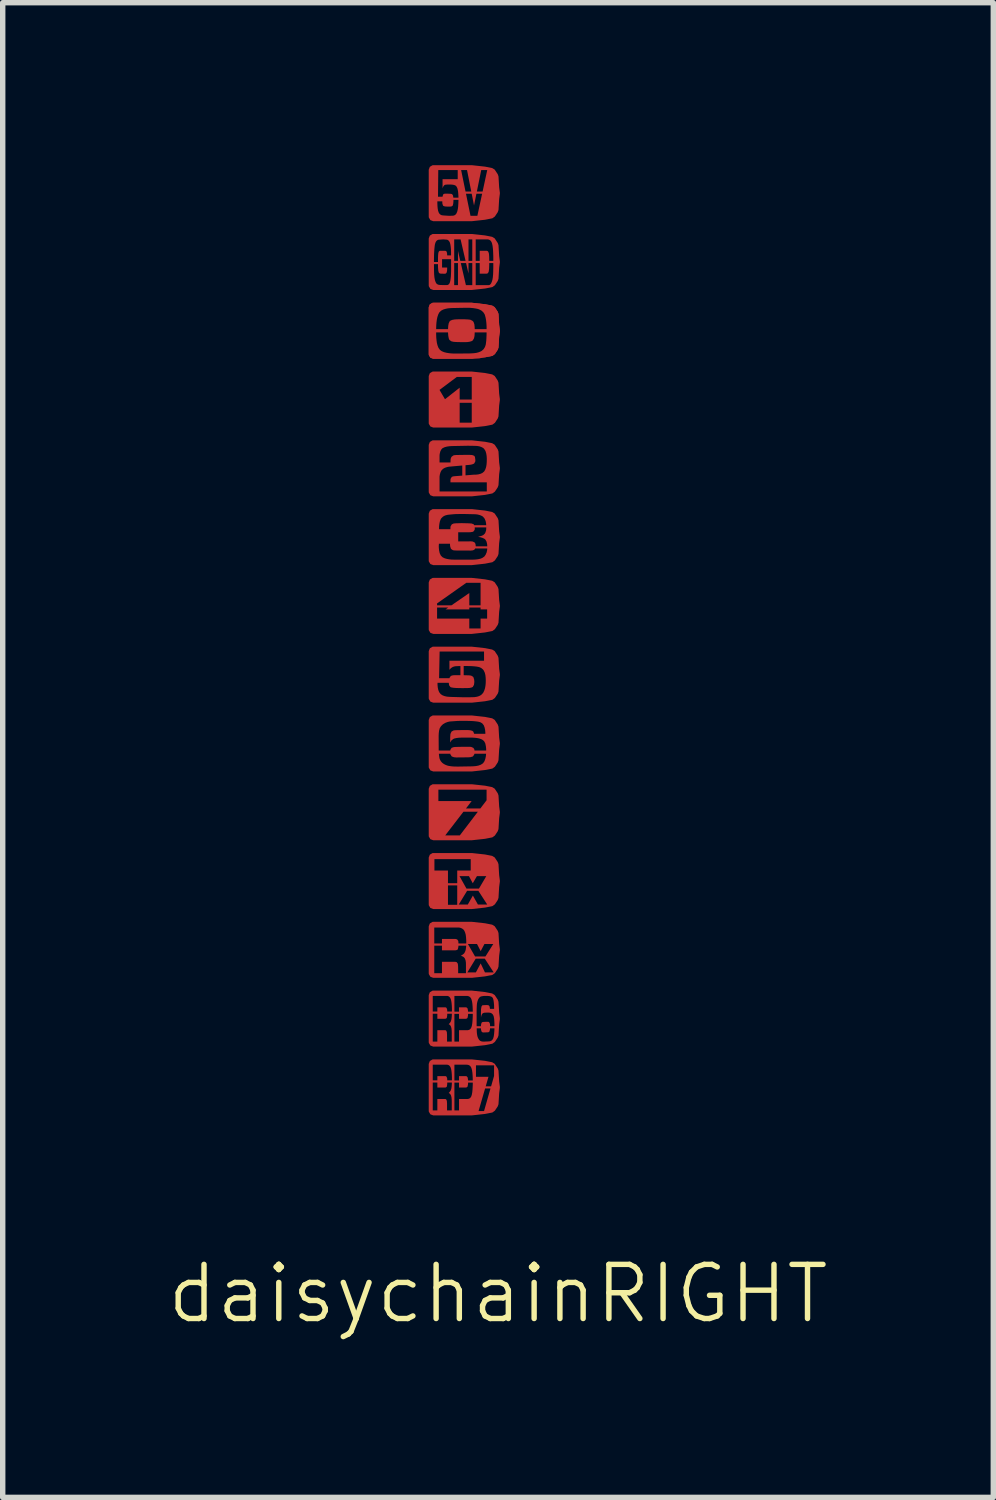
<source format=kicad_pcb>
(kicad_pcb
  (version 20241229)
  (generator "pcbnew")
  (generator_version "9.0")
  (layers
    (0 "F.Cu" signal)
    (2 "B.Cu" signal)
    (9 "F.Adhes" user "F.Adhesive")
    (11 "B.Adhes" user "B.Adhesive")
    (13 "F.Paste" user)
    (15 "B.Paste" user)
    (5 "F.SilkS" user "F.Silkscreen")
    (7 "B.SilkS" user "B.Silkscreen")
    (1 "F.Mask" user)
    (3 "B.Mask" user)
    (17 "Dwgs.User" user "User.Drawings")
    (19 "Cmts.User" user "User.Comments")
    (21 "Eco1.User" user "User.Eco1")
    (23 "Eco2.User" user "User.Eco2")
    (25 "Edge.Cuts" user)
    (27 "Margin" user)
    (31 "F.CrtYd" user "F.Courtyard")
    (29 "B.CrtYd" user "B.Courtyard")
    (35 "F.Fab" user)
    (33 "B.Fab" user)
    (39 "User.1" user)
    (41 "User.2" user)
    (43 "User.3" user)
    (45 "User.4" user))
  (footprint "daisychainRIGHT"
    (layer "F.Cu")
    (at 6.145 0.517)
    (property "Reference" "daisychainRIGHT" (at 0 20.32 0) (unlocked yes) (layer "F.SilkS") (effects (font (size 1 1) (thickness 0.1))))
    (attr smd)
    (pad "1" smd custom (at 0 0 180) (size 0.046 0.046) (layers "F.Cu" "F.Mask") (options (anchor circle)) (primitives (gr_poly (pts (xy 0.023 0.014) (xy 0.022 0.018) (xy 0.02 0.022) (xy 0.016 0.025) (xy 0.011 0.025) (xy -0.011 0.025) (xy -0.016 0.025) (xy -0.02 0.022) (xy -0.022 0.018) (xy -0.023 0.014) (xy -0.023 -0.014) (xy -0.022 -0.018) (xy -0.02 -0.022) (xy -0.016 -0.025) (xy -0.011 -0.025) (xy 0.011 -0.025) (xy 0.016 -0.025) (xy 0.02 -0.022) (xy 0.022 -0.018) (xy 0.023 -0.014)) (width 0) (fill yes)) (gr_poly (pts (xy 0.474 0.506) (xy 0.246 0.481) (xy 0.239 0.48) (xy 0.112 0.455) (xy 0.068 0.428) (xy 0.065 0.423) (xy 0.014 0.346) (xy 0.001 0.309) (xy -0.011 0.109) (xy -0.024 0.009) (xy -0.024 -0.009) (xy -0.011 -0.109) (xy 0.001 -0.309) (xy 0.014 -0.346) (xy 0.065 -0.423) (xy 0.106 -0.453) (xy 0.112 -0.455) (xy 0.239 -0.48) (xy 0.246 -0.481) (xy 0.584 -0.508) (xy 0.31 -0.44) (xy 0.21 -0.35) (xy 0.177 0.373) (xy 0.19 0.44) (xy 0.483 0.507)) (width 0.001) (fill yes)) (gr_poly (pts (xy 0.112 -0.455) (xy 0.483 -0.507) (xy 1.194 -0.507) (xy 1.22 -0.15) (xy 1.12 -0.15) (xy 1.12 -0.188) (xy 1.118 -0.238) (xy 1.114 -0.281) (xy 1.107 -0.322) (xy 1.094 -0.359) (xy 1.079 -0.382) (xy 1.062 -0.396) (xy 1.045 -0.405) (xy 1.025 -0.409) (xy 1.007 -0.411) (xy 0.914 -0.417) (xy 0.876 -0.417) (xy 0.84 -0.416) (xy 0.821 -0.414) (xy 0.801 -0.407) (xy 0.784 -0.395) (xy 0.768 -0.375) (xy 0.754 -0.342) (xy 0.751 -0.333) (xy 0.742 -0.294) (xy 0.736 -0.247) (xy 0.733 -0.2) (xy 0.731 -0.156) (xy 0.73 -0.107) (xy 0.73 -0.1) (xy 0.731 -0.055) (xy 0.734 -0.008) (xy 0.738 0.036) (xy 0.747 0.08) (xy 0.753 0.097) (xy 0.767 0.124) (xy 0.783 0.14) (xy 0.8 0.148) (xy 0.803 0.149) (xy 0.821 0.154) (xy 0.839 0.157) (xy 0.857 0.159) (xy 0.862 0.159) (xy 0.88 0.16) (xy 0.898 0.16) (xy 0.929 0.16) (xy 0.959 0.158) (xy 0.962 0.158) (xy 0.979 0.155) (xy 0.996 0.144) (xy 1.012 0.121) (xy 1.024 0.09) (xy 1.024 0.258) (xy 0.744 0.258) (xy 0.744 0.427) (xy 0.681 0.427) (xy 0.508 -0.417) (xy 0.381 -0.417) (xy 0.199 0.427) (xy 0.31 0.427) (xy 0.443 -0.227) (xy 0.572 0.427) (xy 0.681 0.427) (xy 0.744 0.427) (xy 1.103 0.427) (xy 1.108 -0.065) (xy 1.024 -0.065) (xy 1.023 -0.057) (xy 1.012 -0.022) (xy 0.995 -0.011) (xy 0.993 -0.011) (xy 0.976 -0.009) (xy 0.922 -0.009) (xy 0.868 -0.012) (xy 0.867 -0.012) (xy 0.849 -0.017) (xy 0.833 -0.038) (xy 0.831 -0.045) (xy 0.824 -0.087) (xy 0.823 -0.131) (xy 0.823 -0.144) (xy 0.826 -0.188) (xy 0.835 -0.226) (xy 0.844 -0.236) (xy 0.861 -0.245) (xy 0.879 -0.247) (xy 0.92 -0.248) (xy 0.968 -0.246) (xy 0.973 -0.245) (xy 0.99 -0.242) (xy 1.008 -0.235) (xy 1.015 -0.229) (xy 1.027 -0.194) (xy 1.029 -0.15) (xy 1.12 -0.15) (xy 1.22 -0.15) (xy 1.207 0.506) (xy 0.474 0.506) (xy 0.112 0.455)) (width 0) (fill yes)) (gr_line (start 1.145 -0.103) (end 0.712 -0.103) (width 0.04)) (gr_line (start 0.66 0.01) (end 0.227 0.01) (width 0.04)) (gr_poly (pts (xy 1.119 0.45) (xy 1.15 -0.36) (xy 1.016 -0.507) (xy 1.194 -0.507) (xy 1.242 -0.489) (xy 1.268 -0.445) (xy 1.269 -0.432) (xy 1.269 0.432) (xy 1.26 0.456) (xy 1.251 0.48) (xy 1.207 0.506) (xy 1.194 0.507) (xy 0.91 0.5)) (width 0.001) (fill yes)) (gr_poly (pts (xy 0.474 0.506) (xy 0.246 0.481) (xy 0.239 0.48) (xy 0.112 0.455) (xy 0.068 0.428) (xy 0.065 0.423) (xy 0.014 0.346) (xy 0.001 0.309) (xy -0.011 0.109) (xy -0.024 0.009) (xy -0.024 -0.009) (xy -0.011 -0.109) (xy 0.001 -0.309) (xy 0.014 -0.346) (xy 0.065 -0.423) (xy 0.106 -0.453) (xy 0.112 -0.455) (xy 0.239 -0.48) (xy 0.246 -0.481) (xy 0.474 -0.506) (xy 0.483 -0.507) (xy 1.194 -0.507) (xy 1.242 -0.489) (xy 1.268 -0.445) (xy 1.269 -0.432) (xy 1.269 0.432) (xy 1.251 0.48) (xy 1.207 0.506) (xy 1.194 0.507) (xy 0.483 0.507)) (width 0.02) (fill no))))
    (pad "2" smd custom (at 0 1.27 180) (size 0.046 0.046) (layers "F.Cu" "F.Mask") (options (anchor circle)) (primitives (gr_poly (pts (xy 0.014 -0.346) (xy 0.106 -0.453) (xy 0.474 -0.506) (xy 1.194 -0.507) (xy 1.25 -0.38) (xy 1.25 -0.015) (xy 1.183 -0.015) (xy 1.182 -0.12) (xy 1.182 -0.136) (xy 1.181 -0.183) (xy 1.179 -0.231) (xy 1.175 -0.278) (xy 1.168 -0.32) (xy 1.163 -0.34) (xy 1.153 -0.369) (xy 1.142 -0.391) (xy 1.129 -0.405) (xy 1.119 -0.412) (xy 1.106 -0.418) (xy 1.092 -0.422) (xy 1.078 -0.424) (xy 1.063 -0.425) (xy 1.024 -0.426) (xy 0.98 -0.427) (xy 0.809 -0.427) (xy 0.739 -0.427) (xy 0.739 0.204) (xy 0.593 -0.427) (xy 0.475 -0.427) (xy 0.475 -0.216) (xy 0.412 -0.216) (xy 0.412 -0.427) (xy 0.171 -0.427) (xy 0.169 -0.427) (xy 0.155 -0.424) (xy 0.141 -0.413) (xy 0.128 -0.396) (xy 0.117 -0.371) (xy 0.113 -0.361) (xy 0.103 -0.327) (xy 0.096 -0.286) (xy 0.092 -0.242) (xy 0.091 -0.237) (xy 0.089 -0.19) (xy 0.088 -0.144) (xy 0.087 -0.105) (xy 0.087 -0.06) (xy 0.087 -0.037) (xy 0.087 -0.011) (xy 0.087 0.037) (xy 0.087 0.052) (xy 0.087 0.105) (xy 0.089 0.154) (xy 0.091 0.208) (xy 0.095 0.254) (xy 0.101 0.301) (xy 0.11 0.341) (xy 0.116 0.359) (xy 0.128 0.381) (xy 0.14 0.396) (xy 0.155 0.406) (xy 0.168 0.412) (xy 0.182 0.416) (xy 0.198 0.417) (xy 0.412 0.417) (xy 0.412 -0.216) (xy 0.475 -0.216) (xy 0.475 0.417) (xy 0.545 0.417) (xy 0.545 -0.213) (xy 0.691 0.417) (xy 0.809 0.417) (xy 0.809 -0.427) (xy 0.98 -0.427) (xy 0.942 -0.426) (xy 0.931 -0.425) (xy 0.917 -0.418) (xy 0.902 -0.405) (xy 0.891 -0.384) (xy 0.881 -0.351) (xy 0.875 -0.309) (xy 0.87 -0.264) (xy 0.868 -0.22) (xy 0.866 -0.17) (xy 0.866 -0.123) (xy 0.866 0.051) (xy 1.033 0.051) (xy 1.033 -0.103) (xy 0.939 -0.103) (xy 0.939 -0.125) (xy 0.941 -0.165) (xy 0.95 -0.198) (xy 0.953 -0.203) (xy 0.966 -0.214) (xy 0.979 -0.217) (xy 1.045 -0.216) (xy 1.049 -0.216) (xy 1.062 -0.215) (xy 1.069 -0.213) (xy 1.082 -0.208) (xy 1.093 -0.196) (xy 1.102 -0.164) (xy 1.105 -0.135) (xy 1.108 -0.09) (xy 1.108 -0.044) (xy 1.108 0.028) (xy 1.108 0.034) (xy 1.108 0.079) (xy 1.106 0.124) (xy 1.102 0.166) (xy 1.094 0.19) (xy 1.082 0.204) (xy 1.068 0.207) (xy 0.983 0.206) (xy 0.977 0.206) (xy 0.964 0.204) (xy 0.964 0.204) (xy 0.951 0.195) (xy 0.942 0.168) (xy 0.941 0.165) (xy 0.939 0.122) (xy 0.867 0.122) (xy 0.867 0.137) (xy 0.867 0.185) (xy 0.869 0.236) (xy 0.873 0.28) (xy 0.879 0.321) (xy 0.888 0.356) (xy 0.891 0.363) (xy 0.903 0.384) (xy 0.917 0.399) (xy 0.931 0.408) (xy 0.944 0.412) (xy 0.958 0.413) (xy 1.008 0.417) (xy 1.028 0.416) (xy 1.083 0.412) (xy 1.087 0.412) (xy 1.102 0.41) (xy 1.116 0.405) (xy 1.131 0.394) (xy 1.144 0.379) (xy 1.156 0.355) (xy 1.166 0.319) (xy 1.167 0.313) (xy 1.172 0.271) (xy 1.176 0.229) (xy 1.179 0.178) (xy 1.181 0.133) (xy 1.182 0.083) (xy 1.183 0.029) (xy 1.183 -0.015) (xy 1.25 -0.02) (xy 1.207 0.506) (xy 0.483 0.507) (xy 0.16 0.47) (xy 0.014 0.346)) (width 0) (fill yes)) (gr_line (start 1.25 -0.02) (end 1.09 -0.02) (width 0.04)) (gr_poly (pts (xy 0.023 0.014) (xy 0.022 0.018) (xy 0.02 0.022) (xy 0.016 0.025) (xy 0.011 0.025) (xy -0.011 0.025) (xy -0.016 0.025) (xy -0.02 0.022) (xy -0.022 0.018) (xy -0.023 0.014) (xy -0.023 -0.014) (xy -0.022 -0.018) (xy -0.02 -0.022) (xy -0.016 -0.025) (xy -0.011 -0.025) (xy 0.011 -0.025) (xy 0.016 -0.025) (xy 0.02 -0.022) (xy 0.022 -0.018) (xy 0.023 -0.014)) (width 0) (fill yes)) (gr_poly (pts (xy 0.474 0.506) (xy 0.246 0.481) (xy 0.239 0.48) (xy 0.112 0.455) (xy 0.068 0.428) (xy 0.065 0.423) (xy 0.014 0.346) (xy 0.001 0.309) (xy -0.011 0.109) (xy -0.024 0.009) (xy -0.024 -0.009) (xy -0.011 -0.109) (xy 0.001 -0.309) (xy 0.014 -0.346) (xy 0.065 -0.423) (xy 0.106 -0.453) (xy 0.112 -0.455) (xy 0.239 -0.48) (xy 0.246 -0.481) (xy 0.584 -0.508) (xy 0.13 -0.43) (xy 0.055 -0.299) (xy 0.08 0.37) (xy 0.19 0.45) (xy 0.483 0.507)) (width 0.001) (fill yes)) (gr_line (start 0.83 0) (end 0.023 0) (width 0.04)) (gr_poly (pts (xy 0.212 0.206) (xy 0.206 0.206) (xy 0.193 0.202) (xy 0.181 0.191) (xy 0.17 0.164) (xy 0.166 0.142) (xy 0.163 0.097) (xy 0.162 0.049) (xy 0.162 0.000108) (xy 0.162 -0.007) (xy 0.162 -0.037) (xy 0.163 -0.082) (xy 0.165 -0.129) (xy 0.171 -0.173) (xy 0.175 -0.187) (xy 0.187 -0.206) (xy 0.2 -0.214) (xy 0.214 -0.216) (xy 0.338 -0.216) (xy 0.338 0.206)) (width 0) (fill yes)) (gr_poly (pts (xy 1.2 0.43) (xy 1.21 -0.4) (xy 1.016 -0.507) (xy 1.194 -0.507) (xy 1.242 -0.489) (xy 1.268 -0.445) (xy 1.269 -0.432) (xy 1.269 0.432) (xy 1.26 0.456) (xy 1.251 0.48) (xy 1.207 0.506) (xy 1.194 0.507) (xy 1.016 0.508)) (width 0.001) (fill yes)) (gr_poly (pts (xy 0.474 0.506) (xy 0.246 0.481) (xy 0.239 0.48) (xy 0.112 0.455) (xy 0.068 0.428) (xy 0.065 0.423) (xy 0.014 0.346) (xy 0.001 0.309) (xy -0.011 0.109) (xy -0.024 0.009) (xy -0.024 -0.009) (xy -0.011 -0.109) (xy 0.001 -0.309) (xy 0.014 -0.346) (xy 0.065 -0.423) (xy 0.106 -0.453) (xy 0.112 -0.455) (xy 0.239 -0.48) (xy 0.246 -0.481) (xy 0.474 -0.506) (xy 0.483 -0.507) (xy 1.194 -0.507) (xy 1.242 -0.489) (xy 1.268 -0.445) (xy 1.269 -0.432) (xy 1.269 0.432) (xy 1.251 0.48) (xy 1.207 0.506) (xy 1.194 0.507) (xy 0.483 0.507)) (width 0.02) (fill no))))
    (pad "3" smd custom (at 0 2.54 180) (size 0.046 0.046) (layers "F.Cu" "F.Mask") (options (anchor circle)) (primitives (gr_poly (pts (xy 0.474 0.506) (xy 0.246 0.481) (xy 0.239 0.48) (xy 0.112 0.455) (xy 0.068 0.428) (xy 0.065 0.423) (xy 0.014 0.346) (xy 0.001 0.309) (xy -0.011 0.109) (xy -0.024 0.009) (xy -0.024 -0.009) (xy -0.011 -0.109) (xy 0.001 -0.309) (xy 0.014 -0.346) (xy 0.065 -0.423) (xy 0.106 -0.453) (xy 0.112 -0.455) (xy 0.239 -0.48) (xy 0.246 -0.481) (xy 0.474 -0.506) (xy 0.483 -0.507) (xy 1.194 -0.507) (xy 1.242 -0.489) (xy 1.268 -0.445) (xy 1.269 -0.432) (xy 1.269 0.432) (xy 1.251 0.48) (xy 1.207 0.506) (xy 1.194 0.507) (xy 0.483 0.507)) (width 0.02) (fill no)) (gr_poly (pts (xy 0.023 0.014) (xy 0.022 0.018) (xy 0.02 0.022) (xy 0.016 0.025) (xy 0.011 0.025) (xy -0.011 0.025) (xy -0.016 0.025) (xy -0.02 0.022) (xy -0.022 0.018) (xy -0.023 0.014) (xy -0.023 -0.014) (xy -0.022 -0.018) (xy -0.02 -0.022) (xy -0.016 -0.025) (xy -0.011 -0.025) (xy 0.011 -0.025) (xy 0.016 -0.025) (xy 0.02 -0.022) (xy 0.022 -0.018) (xy 0.023 -0.014)) (width 0) (fill yes))))
    (pad "3" smd custom (at 0 2.54) (size 0.046 0.046) (layers "F.Cu" "F.Mask") (options (anchor circle)) (primitives (gr_poly (pts (xy -0.023 -0.014) (xy -0.022 -0.018) (xy -0.02 -0.022) (xy -0.016 -0.025) (xy -0.011 -0.025) (xy 0.011 -0.025) (xy 0.016 -0.025) (xy 0.02 -0.022) (xy 0.022 -0.018) (xy 0.023 -0.014) (xy 0.023 0.014) (xy 0.022 0.018) (xy 0.02 0.022) (xy 0.016 0.025) (xy 0.011 0.025) (xy -0.011 0.025) (xy -0.016 0.025) (xy -0.02 0.022) (xy -0.022 0.018) (xy -0.023 0.014)) (width 0) (fill yes)) (gr_poly (pts (xy -0.474 -0.506) (xy -0.246 -0.481) (xy -0.239 -0.48) (xy -0.112 -0.455) (xy -0.068 -0.428) (xy -0.065 -0.423) (xy -0.014 -0.346) (xy -0.001 -0.309) (xy 0.011 -0.109) (xy 0.024 -0.009) (xy 0.024 0.009) (xy 0.011 0.109) (xy -0.001 0.309) (xy -0.014 0.346) (xy -0.065 0.423) (xy -0.106 0.453) (xy -0.112 0.455) (xy -0.239 0.48) (xy -0.246 0.481) (xy -0.584 0.508) (xy -0.28 0.42) (xy -0.165 0.269) (xy -0.165 -0.264) (xy -0.22 -0.38) (xy -0.483 -0.507)) (width 0.001) (fill yes)) (gr_poly (pts (xy -0.094 0.449) (xy -0.346 0.511) (xy -0.887 0.511) (xy -1.249 0.459) (xy -1.242 -0.005) (xy -1.142 -0.005) (xy -1.142 0.042) (xy -1.142 0.072) (xy -1.14 0.127) (xy -1.135 0.177) (xy -1.129 0.222) (xy -1.117 0.27) (xy -1.099 0.316) (xy -1.071 0.354) (xy -1.039 0.377) (xy -0.996 0.395) (xy -0.953 0.406) (xy -0.912 0.413) (xy -0.867 0.418) (xy -0.817 0.421) (xy -0.776 0.421) (xy -0.541 0.419) (xy -0.531 0.419) (xy -0.485 0.417) (xy -0.443 0.414) (xy -0.398 0.408) (xy -0.354 0.396) (xy -0.314 0.379) (xy -0.297 0.368) (xy -0.266 0.34) (xy -0.241 0.3) (xy -0.227 0.259) (xy -0.223 0.231) (xy -0.217 0.184) (xy -0.214 0.136) (xy -0.212 0.09) (xy -0.211 0.04) (xy -0.211 -0.005) (xy -0.211 -0.029) (xy -0.211 -0.075) (xy -0.213 -0.12) (xy -0.217 -0.165) (xy -0.22 -0.191) (xy -0.228 -0.237) (xy -0.239 -0.28) (xy -0.247 -0.304) (xy -0.271 -0.341) (xy -0.301 -0.369) (xy -0.332 -0.387) (xy -0.369 -0.402) (xy -0.41 -0.411) (xy -0.418 -0.412) (xy -0.457 -0.418) (xy -0.499 -0.422) (xy -0.506 -0.423) (xy -0.546 -0.424) (xy -0.588 -0.424) (xy -0.675 -0.423) (xy -0.819 -0.42) (xy -0.832 -0.42) (xy -0.88 -0.418) (xy -0.924 -0.414) (xy -0.972 -0.404) (xy -1.013 -0.391) (xy -1.052 -0.37) (xy -1.085 -0.337) (xy -1.104 -0.3) (xy -1.12 -0.251) (xy -1.13 -0.202) (xy -1.136 -0.156) (xy -1.14 -0.106) (xy -1.142 -0.05) (xy -1.142 -0.013) (xy -1.142 -0.005) (xy -1.242 -0.005) (xy -1.182 -0.466) (xy -0.887 -0.502) (xy -0.346 -0.504) (xy -0.102 -0.452)) (width 0) (fill yes)) (gr_line (start -0.203 0) (end -1.143 0) (width 0.06)) (gr_poly (pts (xy -0.62 -0.212) (xy -0.582 -0.21) (xy -0.559 -0.209) (xy -0.52 -0.205) (xy -0.504 -0.201) (xy -0.468 -0.181) (xy -0.452 -0.163) (xy -0.437 -0.121) (xy -0.432 -0.076) (xy -0.43 -0.03) (xy -0.43 -0.016) (xy -0.43 0.001) (xy -0.43 0.019) (xy -0.431 0.049) (xy -0.434 0.096) (xy -0.444 0.141) (xy -0.467 0.179) (xy -0.486 0.191) (xy -0.526 0.203) (xy -0.567 0.209) (xy -0.612 0.21) (xy -0.673 0.21) (xy -0.762 0.208) (xy -0.782 0.207) (xy -0.822 0.204) (xy -0.863 0.194) (xy -0.898 0.168) (xy -0.909 0.142) (xy -0.918 0.096) (xy -0.922 0.046) (xy -0.923 0.002) (xy -0.923 -0.013) (xy -0.922 -0.044) (xy -0.919 -0.092) (xy -0.91 -0.139) (xy -0.891 -0.178) (xy -0.887 -0.182) (xy -0.848 -0.2) (xy -0.805 -0.208) (xy -0.765 -0.211) (xy -0.726 -0.212)) (width 0) (fill yes)) (gr_poly (pts (xy -1.18 -0.35) (xy -1.16 0.33) (xy -0.98 0.5) (xy -1.194 0.507) (xy -1.242 0.489) (xy -1.268 0.445) (xy -1.269 0.432) (xy -1.269 -0.432) (xy -1.26 -0.456) (xy -1.251 -0.48) (xy -1.207 -0.506) (xy -1.194 -0.507) (xy -0.887 -0.502)) (width 0.001) (fill yes)) (gr_poly (pts (xy -0.474 -0.506) (xy -0.246 -0.481) (xy -0.239 -0.48) (xy -0.112 -0.455) (xy -0.068 -0.428) (xy -0.065 -0.423) (xy -0.014 -0.346) (xy -0.001 -0.309) (xy 0.011 -0.109) (xy 0.024 -0.009) (xy 0.024 0.009) (xy 0.011 0.109) (xy -0.001 0.309) (xy -0.014 0.346) (xy -0.065 0.423) (xy -0.106 0.453) (xy -0.112 0.455) (xy -0.239 0.48) (xy -0.246 0.481) (xy -0.474 0.506) (xy -0.483 0.507) (xy -1.194 0.507) (xy -1.242 0.489) (xy -1.268 0.445) (xy -1.269 0.432) (xy -1.269 -0.432) (xy -1.251 -0.48) (xy -1.207 -0.506) (xy -1.194 -0.507) (xy -0.483 -0.507)) (width 0.02) (fill no))))
    (pad "4" smd custom (at 0 3.81 180) (size 0.046 0.046) (layers "F.Cu" "F.Mask") (options (anchor circle)) (primitives (gr_poly (pts (xy 0.474 0.506) (xy 0.246 0.481) (xy 0.239 0.48) (xy 0.112 0.455) (xy 0.068 0.428) (xy 0.065 0.423) (xy 0.014 0.346) (xy 0.001 0.309) (xy -0.011 0.109) (xy -0.024 0.009) (xy -0.024 -0.009) (xy -0.011 -0.109) (xy 0.001 -0.309) (xy 0.014 -0.346) (xy 0.065 -0.423) (xy 0.106 -0.453) (xy 0.112 -0.455) (xy 0.239 -0.48) (xy 0.246 -0.481) (xy 0.474 -0.506) (xy 0.41 -0.269) (xy 0.41 0.264) (xy 0.406 0.406) (xy 0.483 0.507)) (width 0.001) (fill yes)) (gr_poly (pts (xy 0.31 0.43) (xy 0.246 -0.481) (xy 0.474 -0.506) (xy 1.194 -0.507) (xy 1.18 0.178) (xy 1.08 0.178) (xy 0.979 0.006) (xy 0.708 0.219) (xy 0.708 -0.427) (xy 0.485 -0.427) (xy 0.485 0.417) (xy 0.761 0.417) (xy 1.08 0.178) (xy 1.18 0.178) (xy 1.194 0.507) (xy 0.474 0.506)) (width 0) (fill yes)) (gr_line (start 0.82 -0.03) (end 0.22 -0.03) (width 0.06)) (gr_poly (pts (xy 1.1 0.2) (xy 1.016 -0.507) (xy 1.194 -0.507) (xy 1.242 -0.489) (xy 1.268 -0.445) (xy 1.269 -0.432) (xy 1.269 0.432) (xy 1.26 0.456) (xy 1.251 0.48) (xy 1.207 0.506) (xy 1.194 0.507) (xy 1.016 0.508)) (width 0.001) (fill yes)) (gr_poly (pts (xy 0.474 0.506) (xy 0.246 0.481) (xy 0.239 0.48) (xy 0.112 0.455) (xy 0.068 0.428) (xy 0.065 0.423) (xy 0.014 0.346) (xy 0.001 0.309) (xy -0.011 0.109) (xy -0.024 0.009) (xy -0.024 -0.009) (xy -0.011 -0.109) (xy 0.001 -0.309) (xy 0.014 -0.346) (xy 0.065 -0.423) (xy 0.106 -0.453) (xy 0.112 -0.455) (xy 0.239 -0.48) (xy 0.246 -0.481) (xy 0.474 -0.506) (xy 0.483 -0.507) (xy 1.194 -0.507) (xy 1.242 -0.489) (xy 1.268 -0.445) (xy 1.269 -0.432) (xy 1.269 0.432) (xy 1.251 0.48) (xy 1.207 0.506) (xy 1.194 0.507) (xy 0.483 0.507)) (width 0.02) (fill no)) (gr_poly (pts (xy 0.023 0.014) (xy 0.022 0.018) (xy 0.02 0.022) (xy 0.016 0.025) (xy 0.011 0.025) (xy -0.011 0.025) (xy -0.016 0.025) (xy -0.02 0.022) (xy -0.022 0.018) (xy -0.023 0.014) (xy -0.023 -0.014) (xy -0.022 -0.018) (xy -0.02 -0.022) (xy -0.016 -0.025) (xy -0.011 -0.025) (xy 0.011 -0.025) (xy 0.016 -0.025) (xy 0.02 -0.022) (xy 0.022 -0.018) (xy 0.023 -0.014)) (width 0) (fill yes))))
    (pad "5" smd custom (at 0 5.08 180) (size 0.046 0.046) (layers "F.Cu" "F.Mask") (options (anchor circle)) (primitives (gr_poly (pts (xy 0.474 0.506) (xy 0.246 0.481) (xy 0.239 0.48) (xy 0.112 0.455) (xy 0.068 0.428) (xy 0.065 0.423) (xy 0.014 0.346) (xy 0.001 0.309) (xy -0.011 0.109) (xy -0.024 0.009) (xy -0.024 -0.009) (xy -0.011 -0.109) (xy 0.001 -0.309) (xy 0.014 -0.346) (xy 0.065 -0.423) (xy 0.106 -0.453) (xy 0.112 -0.455) (xy 0.239 -0.48) (xy 0.246 -0.481) (xy 0.474 -0.506) (xy 0.33 -0.45) (xy 0.16 -0.43) (xy 0.18 0.254) (xy 0.23 0.39) (xy 0.483 0.507)) (width 0.001) (fill yes)) (gr_poly (pts (xy 0.474 0.506) (xy 0.246 0.481) (xy 0.239 0.48) (xy 0.112 0.455) (xy 0.068 0.428) (xy 0.065 0.423) (xy 0.014 0.346) (xy 0.001 0.309) (xy -0.011 0.109) (xy -0.024 0.009) (xy -0.024 -0.009) (xy -0.011 -0.109) (xy 0.001 -0.309) (xy 0.014 -0.346) (xy 0.065 -0.423) (xy 0.106 -0.453) (xy 0.112 -0.455) (xy 0.239 -0.48) (xy 0.246 -0.481) (xy 0.474 -0.506) (xy 0.483 -0.507) (xy 1.194 -0.507) (xy 1.242 -0.489) (xy 1.268 -0.445) (xy 1.269 -0.432) (xy 1.269 0.432) (xy 1.251 0.48) (xy 1.207 0.506) (xy 1.194 0.507) (xy 0.483 0.507)) (width 0.02) (fill no)) (gr_poly (pts (xy 1.08 0.44) (xy 1.08 -0.47) (xy 1.016 -0.507) (xy 1.194 -0.507) (xy 1.242 -0.489) (xy 1.268 -0.445) (xy 1.269 -0.432) (xy 1.269 0.432) (xy 1.26 0.456) (xy 1.251 0.48) (xy 1.207 0.506) (xy 1.194 0.507) (xy 1.016 0.508)) (width 0.001) (fill yes)) (gr_poly (pts (xy 0.023 0.014) (xy 0.022 0.018) (xy 0.02 0.022) (xy 0.016 0.025) (xy 0.011 0.025) (xy -0.011 0.025) (xy -0.016 0.025) (xy -0.02 0.022) (xy -0.022 0.018) (xy -0.023 0.014) (xy -0.023 -0.014) (xy -0.022 -0.018) (xy -0.02 -0.022) (xy -0.016 -0.025) (xy -0.011 -0.025) (xy 0.011 -0.025) (xy 0.016 -0.025) (xy 0.02 -0.022) (xy 0.022 -0.018) (xy 0.023 -0.014)) (width 0) (fill yes)) (gr_poly (pts (xy 0.112 -0.455) (xy 0.474 -0.506) (xy 1.194 -0.507) (xy 1.184 0.167) (xy 1.084 0.167) (xy 1.082 0.108) (xy 0.877 0.108) (xy 0.877 0.137) (xy 0.874 0.176) (xy 0.86 0.211) (xy 0.859 0.212) (xy 0.826 0.237) (xy 0.811 0.242) (xy 0.771 0.246) (xy 0.639 0.248) (xy 0.522 0.248) (xy 0.519 0.248) (xy 0.479 0.246) (xy 0.44 0.232) (xy 0.426 0.211) (xy 0.42 0.167) (xy 0.418 0.149) (xy 0.42 0.126) (xy 0.441 0.088) (xy 0.477 0.073) (xy 0.517 0.065) (xy 0.909 0.03) (xy 0.938 0.024) (xy 0.979 0.011) (xy 1.016 -0.01) (xy 1.045 -0.04) (xy 1.061 -0.071) (xy 1.074 -0.115) (xy 1.081 -0.162) (xy 1.082 -0.21) (xy 1.082 -0.427) (xy 0.207 -0.427) (xy 0.207 -0.258) (xy 0.878 -0.258) (xy 0.878 -0.221) (xy 0.876 -0.195) (xy 0.853 -0.157) (xy 0.824 -0.148) (xy 0.785 -0.144) (xy 0.628 -0.132) (xy 0.443 -0.117) (xy 0.409 -0.117) (xy 0.365 -0.112) (xy 0.326 -0.102) (xy 0.289 -0.086) (xy 0.255 -0.057) (xy 0.234 -0.02) (xy 0.22 0.022) (xy 0.212 0.066) (xy 0.208 0.117) (xy 0.207 0.164) (xy 0.207 0.182) (xy 0.21 0.229) (xy 0.218 0.277) (xy 0.232 0.322) (xy 0.257 0.36) (xy 0.274 0.376) (xy 0.31 0.395) (xy 0.348 0.407) (xy 0.387 0.413) (xy 0.432 0.415) (xy 0.557 0.417) (xy 0.808 0.412) (xy 0.855 0.411) (xy 0.897 0.408) (xy 0.941 0.402) (xy 0.983 0.391) (xy 1.024 0.372) (xy 1.044 0.352) (xy 1.065 0.313) (xy 1.077 0.265) (xy 1.082 0.215) (xy 1.084 0.167) (xy 1.184 0.167) (xy 1.194 0.507) (xy 0.483 0.507) (xy 0.112 0.455)) (width 0) (fill yes)) (gr_line (start 0.63 0.065) (end 0.63 -0.145) (width 0.06))))
    (pad "6" smd custom (at 0 6.35 180) (size 0.046 0.046) (layers "F.Cu" "F.Mask") (options (anchor circle)) (primitives (gr_poly (pts (xy 0.023 0.014) (xy 0.022 0.018) (xy 0.02 0.022) (xy 0.016 0.025) (xy 0.011 0.025) (xy -0.011 0.025) (xy -0.016 0.025) (xy -0.02 0.022) (xy -0.022 0.018) (xy -0.023 0.014) (xy -0.023 -0.014) (xy -0.022 -0.018) (xy -0.02 -0.022) (xy -0.016 -0.025) (xy -0.011 -0.025) (xy 0.011 -0.025) (xy 0.016 -0.025) (xy 0.02 -0.022) (xy 0.022 -0.018) (xy 0.023 -0.014)) (width 0) (fill yes)) (gr_poly (pts (xy 0.474 0.506) (xy 0.246 0.481) (xy 0.239 0.48) (xy 0.112 0.455) (xy 0.068 0.428) (xy 0.065 0.423) (xy 0.014 0.346) (xy 0.001 0.309) (xy -0.011 0.109) (xy -0.024 0.009) (xy -0.024 -0.009) (xy -0.011 -0.109) (xy 0.001 -0.309) (xy 0.014 -0.346) (xy 0.065 -0.423) (xy 0.106 -0.453) (xy 0.112 -0.455) (xy 0.239 -0.48) (xy 0.246 -0.481) (xy 0.474 -0.506) (xy 0.483 -0.507) (xy 1.194 -0.507) (xy 1.242 -0.489) (xy 1.268 -0.445) (xy 1.269 -0.432) (xy 1.269 0.432) (xy 1.251 0.48) (xy 1.207 0.506) (xy 1.194 0.507) (xy 0.483 0.507)) (width 0.02) (fill no)) (gr_poly (pts (xy 0.106 -0.453) (xy 0.483 -0.507) (xy 1.194 -0.507) (xy 1.194 -0.167) (xy 1.094 -0.167) (xy 1.093 -0.195) (xy 1.088 -0.246) (xy 1.077 -0.296) (xy 1.056 -0.34) (xy 1.026 -0.37) (xy 1.022 -0.373) (xy 0.982 -0.392) (xy 0.938 -0.404) (xy 0.895 -0.411) (xy 0.855 -0.415) (xy 0.81 -0.416) (xy 0.667 -0.417) (xy 0.49 -0.417) (xy 0.457 -0.416) (xy 0.417 -0.414) (xy 0.372 -0.409) (xy 0.326 -0.399) (xy 0.289 -0.384) (xy 0.253 -0.359) (xy 0.229 -0.326) (xy 0.21 -0.282) (xy 0.2 -0.236) (xy 0.198 -0.19) (xy 0.198 -0.177) (xy 0.201 -0.13) (xy 0.212 -0.083) (xy 0.234 -0.045) (xy 0.252 -0.03) (xy 0.289 -0.013) (xy 0.327 -0.002) (xy 0.367 0.004) (xy 0.337 0.014) (xy 0.297 0.026) (xy 0.272 0.038) (xy 0.241 0.068) (xy 0.235 0.079) (xy 0.221 0.121) (xy 0.218 0.143) (xy 0.217 0.189) (xy 0.217 0.206) (xy 0.22 0.252) (xy 0.229 0.298) (xy 0.247 0.341) (xy 0.275 0.375) (xy 0.294 0.389) (xy 0.333 0.406) (xy 0.374 0.417) (xy 0.414 0.422) (xy 0.46 0.423) (xy 0.633 0.427) (xy 0.664 0.427) (xy 0.696 0.427) (xy 0.736 0.426) (xy 0.775 0.425) (xy 0.787 0.425) (xy 0.826 0.422) (xy 0.868 0.418) (xy 0.911 0.414) (xy 0.938 0.41) (xy 0.978 0.399) (xy 1.015 0.379) (xy 1.046 0.349) (xy 1.059 0.329) (xy 1.074 0.288) (xy 1.083 0.243) (xy 1.088 0.198) (xy 1.089 0.146) (xy 0.878 0.146) (xy 0.879 0.167) (xy 0.876 0.198) (xy 0.853 0.236) (xy 0.82 0.251) (xy 0.779 0.255) (xy 0.672 0.258) (xy 0.547 0.255) (xy 0.537 0.255) (xy 0.529 0.254) (xy 0.487 0.251) (xy 0.449 0.237) (xy 0.433 0.206) (xy 0.429 0.162) (xy 0.431 0.134) (xy 0.457 0.101) (xy 0.465 0.098) (xy 0.505 0.091) (xy 0.545 0.089) (xy 0.584 0.089) (xy 0.735 0.089) (xy 0.735 -0.079) (xy 0.556 -0.079) (xy 0.501 -0.078) (xy 0.469 -0.081) (xy 0.432 -0.098) (xy 0.416 -0.125) (xy 0.411 -0.169) (xy 0.413 -0.196) (xy 0.437 -0.233) (xy 0.467 -0.245) (xy 0.507 -0.249) (xy 0.533 -0.248) (xy 0.658 -0.248) (xy 0.788 -0.247) (xy 0.792 -0.247) (xy 0.832 -0.242) (xy 0.866 -0.219) (xy 0.871 -0.211) (xy 0.884 -0.168) (xy 0.887 -0.122) (xy 1.091 -0.122) (xy 1.094 -0.167) (xy 1.194 -0.167) (xy 1.194 0.507) (xy 0.474 0.506) (xy 0.112 0.455)) (width 0) (fill yes)) (gr_poly (pts (xy 1.11 0.44) (xy 1.11 -0.47) (xy 1.016 -0.507) (xy 1.194 -0.507) (xy 1.242 -0.489) (xy 1.268 -0.445) (xy 1.269 -0.432) (xy 1.269 0.432) (xy 1.26 0.456) (xy 1.251 0.48) (xy 1.207 0.506) (xy 1.194 0.507) (xy 1.016 0.508)) (width 0.001) (fill yes)) (gr_line (start 0.5 -0.19) (end 0.14 -0.19) (width 0.04)) (gr_line (start 0.52 0.2) (end 0.16 0.2) (width 0.04)) (gr_poly (pts (xy 0.474 0.506) (xy 0.246 0.481) (xy 0.239 0.48) (xy 0.112 0.455) (xy 0.068 0.428) (xy 0.065 0.423) (xy 0.014 0.346) (xy 0.001 0.309) (xy -0.011 0.109) (xy -0.024 0.009) (xy -0.024 -0.009) (xy -0.011 -0.109) (xy 0.001 -0.309) (xy 0.014 -0.346) (xy 0.065 -0.423) (xy 0.106 -0.453) (xy 0.112 -0.455) (xy 0.239 -0.48) (xy 0.246 -0.481) (xy 0.474 -0.506) (xy 0.33 -0.45) (xy 0.17 -0.279) (xy 0.17 0.254) (xy 0.27 0.42) (xy 0.483 0.507)) (width 0.001) (fill yes))))
    (pad "7" smd custom (at 0 7.62 180) (size 0.046 0.046) (layers "F.Cu" "F.Mask") (options (anchor circle)) (primitives (gr_poly (pts (xy 0.023 0.014) (xy 0.022 0.018) (xy 0.02 0.022) (xy 0.016 0.025) (xy 0.011 0.025) (xy -0.011 0.025) (xy -0.016 0.025) (xy -0.02 0.022) (xy -0.022 0.018) (xy -0.023 0.014) (xy -0.023 -0.014) (xy -0.022 -0.018) (xy -0.02 -0.022) (xy -0.016 -0.025) (xy -0.011 -0.025) (xy 0.011 -0.025) (xy 0.016 -0.025) (xy 0.02 -0.022) (xy 0.022 -0.018) (xy 0.023 -0.014)) (width 0) (fill yes)) (gr_poly (pts (xy 0.474 0.506) (xy 0.246 0.481) (xy 0.239 0.48) (xy 0.112 0.455) (xy 0.068 0.428) (xy 0.065 0.423) (xy 0.014 0.346) (xy 0.001 0.309) (xy -0.011 0.109) (xy -0.024 0.009) (xy -0.024 -0.009) (xy -0.011 -0.109) (xy 0.001 -0.309) (xy 0.014 -0.346) (xy 0.065 -0.423) (xy 0.106 -0.453) (xy 0.112 -0.455) (xy 0.239 -0.48) (xy 0.246 -0.481) (xy 0.474 -0.506) (xy 0.483 -0.507) (xy 1.194 -0.507) (xy 1.242 -0.489) (xy 1.268 -0.445) (xy 1.269 -0.432) (xy 1.269 0.432) (xy 1.251 0.48) (xy 1.207 0.506) (xy 1.194 0.507) (xy 0.483 0.507)) (width 0.02) (fill no)) (gr_poly (pts (xy 0.112 -0.455) (xy 0.474 -0.506) (xy 1.194 -0.507) (xy 1.225 0.046) (xy 1.125 0.046) (xy 1.125 -0.065) (xy 1.125 -0.234) (xy 0.53 -0.234) (xy 0.53 -0.417) (xy 0.322 -0.417) (xy 0.322 -0.234) (xy 0.201 -0.234) (xy 0.201 -0.065) (xy 0.322 -0.065) (xy 0.322 0.427) (xy 0.585 0.427) (xy 1.125 0.046) (xy 1.225 0.046) (xy 1.194 0.507) (xy 0.483 0.507) (xy 0.112 0.455)) (width 0) (fill yes)) (gr_line (start 0.312 -0.01) (end 1.127 -0.01) (width 0.04)) (gr_poly (pts (xy 0.53 -0.065) (xy 0.969 -0.065) (xy 0.53 0.238)) (width 0) (fill yes)) (gr_poly (pts (xy 1.13 0.44) (xy 1.13 -0.47) (xy 1.016 -0.507) (xy 1.194 -0.507) (xy 1.242 -0.489) (xy 1.268 -0.445) (xy 1.269 -0.432) (xy 1.269 0.432) (xy 1.26 0.456) (xy 1.251 0.48) (xy 1.207 0.506) (xy 1.194 0.507) (xy 1.016 0.508)) (width 0.001) (fill yes)) (gr_poly (pts (xy 0.474 0.506) (xy 0.246 0.481) (xy 0.239 0.48) (xy 0.112 0.455) (xy 0.068 0.428) (xy 0.065 0.423) (xy 0.014 0.346) (xy 0.001 0.309) (xy -0.011 0.109) (xy -0.024 0.009) (xy -0.024 -0.009) (xy -0.011 -0.109) (xy 0.001 -0.309) (xy 0.014 -0.346) (xy 0.065 -0.423) (xy 0.106 -0.453) (xy 0.112 -0.455) (xy 0.239 -0.48) (xy 0.246 -0.481) (xy 0.474 -0.506) (xy 0.33 -0.45) (xy 0.18 -0.29) (xy 0.18 -0.02) (xy 0.29 0.36) (xy 0.322 0.427) (xy 0.483 0.507)) (width 0.001) (fill yes))))
    (pad "8" smd custom (at 0 8.89 180) (size 0.046 0.046) (layers "F.Cu" "F.Mask") (options (anchor circle)) (primitives (gr_poly (pts (xy 0.023 0.014) (xy 0.022 0.018) (xy 0.02 0.022) (xy 0.016 0.025) (xy 0.011 0.025) (xy -0.011 0.025) (xy -0.016 0.025) (xy -0.02 0.022) (xy -0.022 0.018) (xy -0.023 0.014) (xy -0.023 -0.014) (xy -0.022 -0.018) (xy -0.02 -0.022) (xy -0.016 -0.025) (xy -0.011 -0.025) (xy 0.011 -0.025) (xy 0.016 -0.025) (xy 0.02 -0.022) (xy 0.022 -0.018) (xy 0.023 -0.014)) (width 0) (fill yes)) (gr_poly (pts (xy 0.474 0.506) (xy 0.246 0.481) (xy 0.239 0.48) (xy 0.112 0.455) (xy 0.068 0.428) (xy 0.065 0.423) (xy 0.014 0.346) (xy 0.001 0.309) (xy -0.011 0.109) (xy -0.024 0.009) (xy -0.024 -0.009) (xy -0.011 -0.109) (xy 0.001 -0.309) (xy 0.014 -0.346) (xy 0.065 -0.423) (xy 0.106 -0.453) (xy 0.112 -0.455) (xy 0.239 -0.48) (xy 0.246 -0.481) (xy 0.474 -0.506) (xy 0.483 -0.507) (xy 1.194 -0.507) (xy 1.242 -0.489) (xy 1.268 -0.445) (xy 1.269 -0.432) (xy 1.269 0.432) (xy 1.251 0.48) (xy 1.207 0.506) (xy 1.194 0.507) (xy 0.483 0.507)) (width 0.02) (fill no)) (gr_poly (pts (xy 1.16 0.44) (xy 1.17 -0.37) (xy 1.016 -0.507) (xy 1.194 -0.507) (xy 1.242 -0.489) (xy 1.268 -0.445) (xy 1.269 -0.432) (xy 1.269 0.432) (xy 1.26 0.456) (xy 1.251 0.48) (xy 1.207 0.506) (xy 1.194 0.507) (xy 1.016 0.508)) (width 0.001) (fill yes)) (gr_poly (pts (xy 0.112 -0.455) (xy 0.451 -0.507) (xy 1.162 -0.507) (xy 1.217 -0.15) (xy 1.117 -0.15) (xy 1.117 -0.188) (xy 1.112 -0.238) (xy 1.103 -0.281) (xy 1.087 -0.322) (xy 1.058 -0.359) (xy 1.023 -0.382) (xy 0.985 -0.396) (xy 0.945 -0.405) (xy 0.9 -0.409) (xy 0.859 -0.411) (xy 0.645 -0.417) (xy 0.56 -0.417) (xy 0.476 -0.416) (xy 0.433 -0.414) (xy 0.388 -0.407) (xy 0.349 -0.395) (xy 0.312 -0.375) (xy 0.28 -0.342) (xy 0.273 -0.333) (xy 0.254 -0.294) (xy 0.239 -0.247) (xy 0.231 -0.2) (xy 0.227 -0.156) (xy 0.226 -0.107) (xy 0.226 -0.1) (xy 0.228 -0.055) (xy 0.233 -0.008) (xy 0.244 0.036) (xy 0.265 0.08) (xy 0.278 0.097) (xy 0.311 0.124) (xy 0.347 0.14) (xy 0.386 0.148) (xy 0.391 0.149) (xy 0.434 0.154) (xy 0.475 0.157) (xy 0.515 0.159) (xy 0.527 0.159) (xy 0.568 0.16) (xy 0.61 0.16) (xy 0.68 0.16) (xy 0.749 0.158) (xy 0.755 0.158) (xy 0.794 0.155) (xy 0.833 0.144) (xy 0.869 0.121) (xy 0.897 0.09) (xy 0.897 0.258) (xy 0.258 0.258) (xy 0.258 0.427) (xy 1.078 0.427) (xy 1.088 -0.065) (xy 0.897 -0.065) (xy 0.895 -0.057) (xy 0.87 -0.022) (xy 0.831 -0.011) (xy 0.826 -0.011) (xy 0.787 -0.009) (xy 0.664 -0.009) (xy 0.542 -0.012) (xy 0.538 -0.012) (xy 0.497 -0.017) (xy 0.461 -0.038) (xy 0.455 -0.045) (xy 0.441 -0.087) (xy 0.437 -0.131) (xy 0.438 -0.144) (xy 0.444 -0.188) (xy 0.466 -0.226) (xy 0.485 -0.236) (xy 0.525 -0.245) (xy 0.565 -0.247) (xy 0.66 -0.248) (xy 0.769 -0.246) (xy 0.78 -0.245) (xy 0.82 -0.242) (xy 0.862 -0.235) (xy 0.878 -0.229) (xy 0.904 -0.194) (xy 0.909 -0.15) (xy 1.117 -0.15) (xy 1.217 -0.15) (xy 1.175 0.506) (xy 0.451 0.507) (xy 0.207 0.48)) (width 0) (fill yes)) (gr_line (start 0.664 -0.198) (end 0.664 0.179) (width 0.06)) (gr_poly (pts (xy 0.474 0.506) (xy 0.246 0.481) (xy 0.239 0.48) (xy 0.112 0.455) (xy 0.068 0.428) (xy 0.065 0.423) (xy 0.014 0.346) (xy 0.001 0.309) (xy -0.011 0.109) (xy -0.024 0.009) (xy -0.024 -0.009) (xy -0.011 -0.109) (xy 0.001 -0.309) (xy 0.014 -0.346) (xy 0.065 -0.423) (xy 0.106 -0.453) (xy 0.112 -0.455) (xy 0.239 -0.48) (xy 0.246 -0.481) (xy 0.474 -0.506) (xy 0.33 -0.45) (xy 0.2 -0.23) (xy 0.24 0.26) (xy 0.23 0.43) (xy 0.483 0.507)) (width 0.001) (fill yes))))
    (pad "9" smd custom (at 0 10.16 180) (size 0.046 0.046) (layers "F.Cu" "F.Mask") (options (anchor circle)) (primitives (gr_poly (pts (xy 0.023 0.014) (xy 0.022 0.018) (xy 0.02 0.022) (xy 0.016 0.025) (xy 0.011 0.025) (xy -0.011 0.025) (xy -0.016 0.025) (xy -0.02 0.022) (xy -0.022 0.018) (xy -0.023 0.014) (xy -0.023 -0.014) (xy -0.022 -0.018) (xy -0.02 -0.022) (xy -0.016 -0.025) (xy -0.011 -0.025) (xy 0.011 -0.025) (xy 0.016 -0.025) (xy 0.02 -0.022) (xy 0.022 -0.018) (xy 0.023 -0.014)) (width 0) (fill yes)) (gr_poly (pts (xy 0.474 0.506) (xy 0.246 0.481) (xy 0.239 0.48) (xy 0.112 0.455) (xy 0.068 0.428) (xy 0.065 0.423) (xy 0.014 0.346) (xy 0.001 0.309) (xy -0.011 0.109) (xy -0.024 0.009) (xy -0.024 -0.009) (xy -0.011 -0.109) (xy 0.001 -0.309) (xy 0.014 -0.346) (xy 0.065 -0.423) (xy 0.106 -0.453) (xy 0.112 -0.455) (xy 0.239 -0.48) (xy 0.246 -0.481) (xy 0.474 -0.506) (xy 0.483 -0.507) (xy 1.194 -0.507) (xy 1.242 -0.489) (xy 1.268 -0.445) (xy 1.269 -0.432) (xy 1.269 0.432) (xy 1.251 0.48) (xy 1.207 0.506) (xy 1.194 0.507) (xy 0.483 0.507)) (width 0.02) (fill no)) (gr_poly (pts (xy 0.112 -0.455) (xy 0.483 -0.507) (xy 1.194 -0.507) (xy 1.196 0.141) (xy 1.096 0.141) (xy 1.096 0.137) (xy 1.096 0.093) (xy 1.095 -0.088) (xy 1.095 -0.119) (xy 1.094 -0.156) (xy 1.093 -0.166) (xy 1.09 -0.212) (xy 1.084 -0.256) (xy 1.077 -0.287) (xy 1.057 -0.326) (xy 1.029 -0.358) (xy 1 -0.379) (xy 0.965 -0.397) (xy 0.925 -0.411) (xy 0.905 -0.415) (xy 0.866 -0.421) (xy 0.825 -0.425) (xy 0.786 -0.426) (xy 0.742 -0.427) (xy 0.51 -0.423) (xy 0.499 -0.423) (xy 0.45 -0.421) (xy 0.407 -0.417) (xy 0.361 -0.408) (xy 0.317 -0.392) (xy 0.28 -0.368) (xy 0.276 -0.365) (xy 0.25 -0.328) (xy 0.234 -0.283) (xy 0.224 -0.235) (xy 0.22 -0.189) (xy 0.218 -0.136) (xy 0.219 -0.097) (xy 0.224 -0.052) (xy 0.233 -0.008) (xy 0.237 0.006) (xy 0.259 0.045) (xy 0.292 0.071) (xy 0.309 0.079) (xy 0.348 0.093) (xy 0.39 0.101) (xy 0.428 0.105) (xy 0.47 0.108) (xy 0.512 0.109) (xy 0.667 0.108) (xy 0.678 0.108) (xy 0.722 0.106) (xy 0.765 0.101) (xy 0.805 0.092) (xy 0.826 0.083) (xy 0.86 0.056) (xy 0.883 0.018) (xy 0.883 0.09) (xy 0.883 0.12) (xy 0.882 0.127) (xy 0.879 0.172) (xy 0.878 0.177) (xy 0.86 0.216) (xy 0.856 0.221) (xy 0.82 0.241) (xy 0.787 0.245) (xy 0.746 0.246) (xy 0.616 0.248) (xy 0.55 0.247) (xy 0.514 0.244) (xy 0.476 0.234) (xy 0.457 0.22) (xy 0.44 0.178) (xy 0.234 0.178) (xy 0.234 0.203) (xy 0.238 0.249) (xy 0.247 0.293) (xy 0.263 0.336) (xy 0.292 0.372) (xy 0.329 0.393) (xy 0.368 0.403) (xy 0.377 0.404) (xy 0.417 0.409) (xy 0.458 0.413) (xy 0.499 0.415) (xy 0.529 0.416) (xy 0.57 0.417) (xy 0.611 0.417) (xy 0.652 0.417) (xy 0.665 0.417) (xy 0.705 0.417) (xy 0.746 0.416) (xy 0.748 0.416) (xy 0.79 0.413) (xy 0.831 0.41) (xy 0.844 0.409) (xy 0.889 0.406) (xy 0.93 0.397) (xy 0.972 0.381) (xy 1.01 0.359) (xy 1.023 0.349) (xy 1.054 0.318) (xy 1.077 0.279) (xy 1.088 0.237) (xy 1.089 0.232) (xy 1.094 0.187) (xy 1.096 0.141) (xy 1.196 0.141) (xy 1.196 0.517) (xy 0.483 0.507) (xy 0.112 0.455)) (width 0) (fill yes)) (gr_line (start 0.16 -0.16) (end 1.13 -0.16) (width 0.06)) (gr_poly (pts (xy 0.524 -0.061) (xy 0.495 -0.064) (xy 0.456 -0.081) (xy 0.438 -0.106) (xy 0.431 -0.151) (xy 0.431 -0.155) (xy 0.437 -0.2) (xy 0.46 -0.236) (xy 0.47 -0.242) (xy 0.509 -0.253) (xy 0.551 -0.256) (xy 0.758 -0.258) (xy 0.774 -0.258) (xy 0.814 -0.254) (xy 0.853 -0.24) (xy 0.855 -0.239) (xy 0.879 -0.202) (xy 0.884 -0.156) (xy 0.88 -0.118) (xy 0.857 -0.081) (xy 0.853 -0.079) (xy 0.815 -0.067) (xy 0.776 -0.064) (xy 0.633 -0.061)) (width 0) (fill yes)) (gr_poly (pts (xy 1.11 0.44) (xy 1.11 -0.47) (xy 1.016 -0.507) (xy 1.194 -0.507) (xy 1.242 -0.489) (xy 1.268 -0.445) (xy 1.269 -0.432) (xy 1.269 0.432) (xy 1.26 0.456) (xy 1.251 0.48) (xy 1.207 0.506) (xy 1.194 0.507) (xy 1.016 0.508)) (width 0.001) (fill yes)) (gr_poly (pts (xy 0.474 0.506) (xy 0.246 0.481) (xy 0.239 0.48) (xy 0.112 0.455) (xy 0.068 0.428) (xy 0.065 0.423) (xy 0.014 0.346) (xy 0.001 0.309) (xy -0.011 0.109) (xy -0.024 0.009) (xy -0.024 -0.009) (xy -0.011 -0.109) (xy 0.001 -0.309) (xy 0.014 -0.346) (xy 0.065 -0.423) (xy 0.106 -0.453) (xy 0.112 -0.455) (xy 0.239 -0.48) (xy 0.246 -0.481) (xy 0.474 -0.506) (xy 0.33 -0.45) (xy 0.18 -0.269) (xy 0.22 0.264) (xy 0.26 0.4) (xy 0.483 0.507)) (width 0.001) (fill yes))))
    (pad "10" smd custom (at 0 11.43 180) (size 0.046 0.046) (layers "F.Cu" "F.Mask") (options (anchor circle)) (primitives (gr_poly (pts (xy 0.023 0.014) (xy 0.022 0.018) (xy 0.02 0.022) (xy 0.016 0.025) (xy 0.011 0.025) (xy -0.011 0.025) (xy -0.016 0.025) (xy -0.02 0.022) (xy -0.022 0.018) (xy -0.023 0.014) (xy -0.023 -0.014) (xy -0.022 -0.018) (xy -0.02 -0.022) (xy -0.016 -0.025) (xy -0.011 -0.025) (xy 0.011 -0.025) (xy 0.016 -0.025) (xy 0.02 -0.022) (xy 0.022 -0.018) (xy 0.023 -0.014)) (width 0) (fill yes)) (gr_poly (pts (xy 0.474 0.506) (xy 0.246 0.481) (xy 0.239 0.48) (xy 0.112 0.455) (xy 0.068 0.428) (xy 0.065 0.423) (xy 0.014 0.346) (xy 0.001 0.309) (xy -0.011 0.109) (xy -0.024 0.009) (xy -0.024 -0.009) (xy -0.011 -0.109) (xy 0.001 -0.309) (xy 0.014 -0.346) (xy 0.065 -0.423) (xy 0.106 -0.453) (xy 0.112 -0.455) (xy 0.239 -0.48) (xy 0.246 -0.481) (xy 0.474 -0.506) (xy 0.483 -0.507) (xy 1.194 -0.507) (xy 1.242 -0.489) (xy 1.268 -0.445) (xy 1.269 -0.432) (xy 1.269 0.432) (xy 1.251 0.48) (xy 1.207 0.506) (xy 1.194 0.507) (xy 0.483 0.507)) (width 0.02) (fill no)) (gr_poly (pts (xy 1.12 0.44) (xy 1.12 -0.47) (xy 1.016 -0.507) (xy 1.194 -0.507) (xy 1.242 -0.489) (xy 1.268 -0.445) (xy 1.269 -0.432) (xy 1.269 0.432) (xy 1.26 0.456) (xy 1.251 0.48) (xy 1.207 0.506) (xy 1.194 0.507) (xy 1.016 0.508)) (width 0.001) (fill yes)) (gr_poly (pts (xy 0.279 -0.48) (xy 0.523 -0.507) (xy 1.194 -0.507) (xy 1.201 0.206) (xy 1.101 0.206) (xy 0.487 0.206) (xy 0.974 -0.427) (xy 0.705 -0.427) (xy 0.211 0.221) (xy 0.211 0.417) (xy 1.101 0.417) (xy 1.101 0.206) (xy 1.201 0.206) (xy 1.207 0.506) (xy 0.514 0.506) (xy 0.152 0.455)) (width 0) (fill yes)) (gr_line (start 0.86 0.04) (end 0.25 0.04) (width 0.06)) (gr_line (start 1.07 0.05) (end 1.07 0.05) (width 0.02)) (gr_poly (pts (xy 0.474 0.506) (xy 0.246 0.481) (xy 0.239 0.48) (xy 0.112 0.455) (xy 0.068 0.428) (xy 0.065 0.423) (xy 0.014 0.346) (xy 0.001 0.309) (xy -0.011 0.109) (xy -0.024 0.009) (xy -0.024 -0.009) (xy -0.011 -0.109) (xy 0.001 -0.309) (xy 0.014 -0.346) (xy 0.065 -0.423) (xy 0.106 -0.453) (xy 0.112 -0.455) (xy 0.239 -0.48) (xy 0.246 -0.481) (xy 0.474 -0.506) (xy 0.33 -0.45) (xy 0.29 -0.279) (xy 0.211 0.221) (xy 0.171 0.417) (xy 0.483 0.507)) (width 0.001) (fill yes))))
    (pad "11" smd custom (at 0 12.7 180) (size 0.046 0.046) (layers "F.Cu" "F.Mask") (options (anchor circle)) (primitives (gr_poly (pts (xy 0.474 0.506) (xy 0.246 0.481) (xy 0.239 0.48) (xy 0.112 0.455) (xy 0.068 0.428) (xy 0.065 0.423) (xy 0.014 0.346) (xy 0.001 0.309) (xy -0.011 0.109) (xy -0.024 0.009) (xy -0.024 -0.009) (xy -0.011 -0.109) (xy 0.001 -0.309) (xy 0.014 -0.346) (xy 0.065 -0.423) (xy 0.106 -0.453) (xy 0.112 -0.455) (xy 0.239 -0.48) (xy 0.246 -0.481) (xy 0.474 -0.506) (xy 0.33 -0.45) (xy 0.157 -0.44) (xy 0.14 0.25) (xy 0.218 0.46) (xy 0.483 0.507)) (width 0.001) (fill yes)) (gr_poly (pts (xy 0.112 -0.455) (xy 0.474 -0.506) (xy 0.78 -0.51) (xy 0.747 -0.457) (xy 0.725 -0.434) (xy 0.558 -0.434) (xy 0.464 -0.268) (xy 0.371 -0.434) (xy 0.199 -0.434) (xy 0.37 -0.17) (xy 0.216 0.091) (xy 0.389 0.091) (xy 0.466 -0.041) (xy 0.537 0.091) (xy 0.715 0.091) (xy 0.565 -0.171) (xy 0.725 -0.434) (xy 0.747 -0.457) (xy 0.747 0.176) (xy 0.11 0.18)) (width 0) (fill yes)) (gr_line (start 1.01 -0.06) (end 0.69 -0.06) (width 0.04)) (gr_line (start 0.65 -0.16) (end 0.29 -0.16) (width 0.04)) (gr_poly (pts (xy 0.218 0.46) (xy 0.08 0.14) (xy 0.721 0.109) (xy 0.565 -0.171) (xy 0.725 -0.434) (xy 0.78 -0.51) (xy 1.242 -0.489) (xy 1.274 0.194) (xy 1.174 0.194) (xy 0.924 0.194) (xy 0.924 -0.439) (xy 0.753 -0.439) (xy 0.753 0.194) (xy 0.504 0.194) (xy 0.504 0.405) (xy 1.174 0.405) (xy 1.174 0.194) (xy 1.274 0.194) (xy 1.207 0.506) (xy 0.404 0.505)) (width 0) (fill yes)) (gr_poly (pts (xy 1.21 0.44) (xy 1.22 -0.44) (xy 1.016 -0.507) (xy 1.194 -0.507) (xy 1.242 -0.489) (xy 1.268 -0.445) (xy 1.269 -0.432) (xy 1.269 0.432) (xy 1.26 0.456) (xy 1.251 0.48) (xy 1.207 0.506) (xy 1.194 0.507) (xy 1.016 0.508)) (width 0.001) (fill yes)) (gr_poly (pts (xy 0.474 0.506) (xy 0.246 0.481) (xy 0.239 0.48) (xy 0.112 0.455) (xy 0.068 0.428) (xy 0.065 0.423) (xy 0.014 0.346) (xy 0.001 0.309) (xy -0.011 0.109) (xy -0.024 0.009) (xy -0.024 -0.009) (xy -0.011 -0.109) (xy 0.001 -0.309) (xy 0.014 -0.346) (xy 0.065 -0.423) (xy 0.106 -0.453) (xy 0.112 -0.455) (xy 0.239 -0.48) (xy 0.246 -0.481) (xy 0.474 -0.506) (xy 0.483 -0.507) (xy 1.194 -0.507) (xy 1.242 -0.489) (xy 1.268 -0.445) (xy 1.269 -0.432) (xy 1.269 0.432) (xy 1.251 0.48) (xy 1.207 0.506) (xy 1.194 0.507) (xy 0.483 0.507)) (width 0.02) (fill no)) (gr_poly (pts (xy 0.023 0.014) (xy 0.022 0.018) (xy 0.02 0.022) (xy 0.016 0.025) (xy 0.011 0.025) (xy -0.011 0.025) (xy -0.016 0.025) (xy -0.02 0.022) (xy -0.022 0.018) (xy -0.023 0.014) (xy -0.023 -0.014) (xy -0.022 -0.018) (xy -0.02 -0.022) (xy -0.016 -0.025) (xy -0.011 -0.025) (xy 0.011 -0.025) (xy 0.016 -0.025) (xy 0.02 -0.022) (xy 0.022 -0.018) (xy 0.023 -0.014)) (width 0) (fill yes))))
    (pad "12" smd custom (at 0 13.97 180) (size 0.046 0.046) (layers "F.Cu" "F.Mask") (options (anchor circle)) (primitives (gr_poly (pts (xy 0.023 0.014) (xy 0.022 0.018) (xy 0.02 0.022) (xy 0.016 0.025) (xy 0.011 0.025) (xy -0.011 0.025) (xy -0.016 0.025) (xy -0.02 0.022) (xy -0.022 0.018) (xy -0.023 0.014) (xy -0.023 -0.014) (xy -0.022 -0.018) (xy -0.02 -0.022) (xy -0.016 -0.025) (xy -0.011 -0.025) (xy 0.011 -0.025) (xy 0.016 -0.025) (xy 0.02 -0.022) (xy 0.022 -0.018) (xy 0.023 -0.014)) (width 0) (fill yes)) (gr_poly (pts (xy 0.474 0.506) (xy 0.246 0.481) (xy 0.239 0.48) (xy 0.112 0.455) (xy 0.068 0.428) (xy 0.065 0.423) (xy 0.014 0.346) (xy 0.001 0.309) (xy -0.011 0.109) (xy -0.024 0.009) (xy -0.024 -0.009) (xy -0.011 -0.109) (xy 0.001 -0.309) (xy 0.014 -0.346) (xy 0.065 -0.423) (xy 0.106 -0.453) (xy 0.112 -0.455) (xy 0.239 -0.48) (xy 0.246 -0.481) (xy 0.474 -0.506) (xy 0.483 -0.507) (xy 1.194 -0.507) (xy 1.242 -0.489) (xy 1.268 -0.445) (xy 1.269 -0.432) (xy 1.269 0.432) (xy 1.251 0.48) (xy 1.207 0.506) (xy 1.194 0.507) (xy 0.483 0.507)) (width 0.02) (fill no)) (gr_poly (pts (xy 1.19 0.45) (xy 1.21 -0.432) (xy 1.016 -0.507) (xy 1.194 -0.507) (xy 1.242 -0.489) (xy 1.268 -0.445) (xy 1.269 -0.432) (xy 1.269 0.432) (xy 1.26 0.456) (xy 1.251 0.48) (xy 1.207 0.506) (xy 1.194 0.507) (xy 0.88 0.5)) (width 0.001) (fill yes)) (gr_poly (pts (xy 0.474 0.506) (xy 0.246 0.481) (xy 0.239 0.48) (xy 0.112 0.455) (xy 0.068 0.428) (xy 0.065 0.423) (xy 0.014 0.346) (xy 0.001 0.309) (xy -0.011 0.109) (xy -0.024 0.009) (xy -0.024 -0.009) (xy -0.011 -0.109) (xy 0.001 -0.309) (xy 0.014 -0.346) (xy 0.065 -0.423) (xy 0.106 -0.453) (xy 0.112 -0.455) (xy 0.239 -0.48) (xy 0.246 -0.481) (xy 0.474 -0.506) (xy 0.33 -0.45) (xy 0.06 -0.417) (xy 0.05 0.08) (xy 0.211 0.444) (xy 0.39 0.47) (xy 0.483 0.507)) (width 0.001) (fill yes)) (gr_poly (pts (xy -0.011 0.109) (xy 0.556 0.108) (xy 0.486 -0.271) (xy 0.621 -0.503) (xy 0.882 -0.503) (xy 1.21 -0.493) (xy 1.25 -0.01) (xy 1.177 -0.01) (xy 1.177 -0.432) (xy 1.035 -0.432) (xy 1.035 -0.221) (xy 0.798 -0.221) (xy 0.789 -0.221) (xy 0.762 -0.228) (xy 0.742 -0.257) (xy 0.741 -0.264) (xy 0.737 -0.308) (xy 0.736 -0.353) (xy 0.736 -0.432) (xy 0.592 -0.432) (xy 0.592 -0.271) (xy 0.593 -0.233) (xy 0.6 -0.19) (xy 0.615 -0.155) (xy 0.616 -0.153) (xy 0.638 -0.131) (xy 0.662 -0.118) (xy 0.687 -0.11) (xy 0.676 -0.104) (xy 0.652 -0.088) (xy 0.628 -0.069) (xy 0.62 -0.058) (xy 0.604 -0.025) (xy 0.596 0.002) (xy 0.59 0.046) (xy 0.589 0.051) (xy 0.587 0.097) (xy 0.586 0.144) (xy 0.587 0.18) (xy 0.59 0.229) (xy 0.596 0.278) (xy 0.607 0.318) (xy 0.622 0.353) (xy 0.64 0.376) (xy 0.663 0.393) (xy 0.69 0.405) (xy 0.717 0.411) (xy 0.742 0.412) (xy 1.177 0.412) (xy 1.177 -0.01) (xy 1.25 -0.01) (xy 1.19 0.512) (xy 0.474 0.506) (xy 0.112 0.455)) (width 0) (fill yes)) (gr_poly (pts (xy 0.06 -0.417) (xy 0.474 -0.506) (xy 0.631 -0.503) (xy 0.588 -0.44) (xy 0.566 -0.417) (xy 0.409 -0.417) (xy 0.32 -0.251) (xy 0.241 -0.417) (xy 0.08 -0.417) (xy 0.251 -0.153) (xy 0.087 0.108) (xy 0.25 0.108) (xy 0.32 -0.024) (xy 0.388 0.108) (xy 0.556 0.108) (xy 0.406 -0.154) (xy 0.566 -0.417) (xy 0.588 -0.44) (xy 0.58 0.19) (xy -0.011 0.109)) (width 0) (fill yes)) (gr_line (start 0.491 -0.143) (end 0.131 -0.143) (width 0.04)) (gr_line (start 1.21 0.097) (end 0.587 0.097) (width 0.04)) (gr_poly (pts (xy 0.809 0.201) (xy 0.798 0.201) (xy 0.777 0.2) (xy 0.753 0.191) (xy 0.734 0.164) (xy 0.732 0.148) (xy 0.73 0.104) (xy 0.73 0.1) (xy 0.732 0.054) (xy 0.742 0.011) (xy 0.751 0.001) (xy 0.775 -0.008) (xy 0.802 -0.01) (xy 0.82 -0.01) (xy 1.035 -0.01) (xy 1.035 0.201)) (width 0) (fill yes))))
    (pad "13" smd custom (at 0 15.24) (size 0.046 0.046) (layers "F.Cu" "F.Mask") (options (anchor circle)) (primitives (gr_poly (pts (xy 0.011 -0.109) (xy -0.044 0.401) (xy -0.474 0.506) (xy -0.452 -0.144) (xy -0.395 -0.144) (xy -0.395 -0.139) (xy -0.395 -0.095) (xy -0.395 0.085) (xy -0.395 0.117) (xy -0.394 0.154) (xy -0.394 0.163) (xy -0.393 0.21) (xy -0.391 0.254) (xy -0.388 0.285) (xy -0.381 0.324) (xy -0.37 0.355) (xy -0.359 0.376) (xy -0.346 0.395) (xy -0.331 0.409) (xy -0.323 0.413) (xy -0.309 0.419) (xy -0.294 0.423) (xy -0.279 0.424) (xy -0.263 0.425) (xy -0.175 0.421) (xy -0.171 0.421) (xy -0.153 0.419) (xy -0.137 0.415) (xy -0.119 0.406) (xy -0.103 0.39) (xy -0.089 0.366) (xy -0.088 0.363) (xy -0.078 0.326) (xy -0.072 0.281) (xy -0.068 0.233) (xy -0.066 0.187) (xy -0.066 0.134) (xy -0.066 0.095) (xy -0.068 0.05) (xy -0.071 0.006) (xy -0.073 -0.008) (xy -0.081 -0.047) (xy -0.094 -0.073) (xy -0.1 -0.081) (xy -0.115 -0.095) (xy -0.13 -0.103) (xy -0.145 -0.108) (xy -0.16 -0.11) (xy -0.176 -0.111) (xy -0.234 -0.11) (xy -0.238 -0.11) (xy -0.255 -0.108) (xy -0.271 -0.103) (xy -0.286 -0.094) (xy -0.294 -0.086) (xy -0.306 -0.058) (xy -0.315 -0.02) (xy -0.315 -0.093) (xy -0.315 -0.122) (xy -0.315 -0.13) (xy -0.314 -0.175) (xy -0.313 -0.179) (xy -0.306 -0.218) (xy -0.305 -0.223) (xy -0.292 -0.244) (xy -0.279 -0.247) (xy -0.264 -0.248) (xy -0.215 -0.25) (xy -0.19 -0.249) (xy -0.177 -0.247) (xy -0.163 -0.236) (xy -0.155 -0.222) (xy -0.149 -0.18) (xy -0.072 -0.18) (xy -0.072 -0.205) (xy -0.073 -0.251) (xy -0.077 -0.295) (xy -0.083 -0.339) (xy -0.093 -0.374) (xy -0.107 -0.395) (xy -0.122 -0.405) (xy -0.126 -0.406) (xy -0.141 -0.411) (xy -0.156 -0.415) (xy -0.171 -0.417) (xy -0.183 -0.418) (xy -0.198 -0.419) (xy -0.213 -0.419) (xy -0.229 -0.419) (xy -0.233 -0.419) (xy -0.249 -0.419) (xy -0.264 -0.418) (xy -0.265 -0.418) (xy -0.28 -0.416) (xy -0.296 -0.412) (xy -0.301 -0.412) (xy -0.317 -0.408) (xy -0.333 -0.399) (xy -0.349 -0.383) (xy -0.363 -0.361) (xy -0.368 -0.351) (xy -0.379 -0.32) (xy -0.388 -0.281) (xy -0.392 -0.239) (xy -0.392 -0.234) (xy -0.394 -0.189) (xy -0.395 -0.144) (xy -0.452 -0.144) (xy -0.483 -0.507) (xy -0.246 -0.481) (xy -0.065 -0.423)) (width 0) (fill yes)) (gr_poly (pts (xy -0.474 0.506) (xy -0.84 0.51) (xy -0.842 0.003) (xy -0.805 0.003) (xy -0.805 0.425) (xy -0.72 0.425) (xy -0.72 0.214) (xy -0.587 0.214) (xy -0.565 0.214) (xy -0.561 0.214) (xy -0.544 0.211) (xy -0.528 0.205) (xy -0.512 0.193) (xy -0.497 0.173) (xy -0.485 0.141) (xy -0.482 0.127) (xy -0.475 0.086) (xy -0.471 0.042) (xy -0.468 -0.008) (xy -0.466 -0.056) (xy -0.466 -0.108) (xy -0.466 -0.12) (xy -0.467 -0.174) (xy -0.469 -0.222) (xy -0.473 -0.272) (xy -0.48 -0.319) (xy -0.491 -0.357) (xy -0.499 -0.375) (xy -0.514 -0.395) (xy -0.53 -0.407) (xy -0.546 -0.414) (xy -0.563 -0.418) (xy -0.578 -0.419) (xy -0.805 -0.419) (xy -0.805 0.003) (xy -0.842 0.003) (xy -0.86 -0.5) (xy -0.42 -0.5)) (width 0) (fill yes)) (gr_poly (pts (xy -0.83 0.51) (xy -1.242 0.489) (xy -1.26 0.003) (xy -1.205 0.003) (xy -1.205 0.425) (xy -1.12 0.425) (xy -1.12 0.214) (xy -0.978 0.214) (xy -0.972 0.214) (xy -0.957 0.221) (xy -0.944 0.25) (xy -0.944 0.257) (xy -0.941 0.301) (xy -0.941 0.346) (xy -0.941 0.425) (xy -0.854 0.425) (xy -0.854 0.264) (xy -0.855 0.226) (xy -0.859 0.183) (xy -0.868 0.148) (xy -0.869 0.146) (xy -0.882 0.124) (xy -0.896 0.111) (xy -0.911 0.103) (xy -0.905 0.097) (xy -0.89 0.081) (xy -0.876 0.062) (xy -0.871 0.051) (xy -0.861 0.017) (xy -0.857 -0.009) (xy -0.853 -0.053) (xy -0.853 -0.058) (xy -0.851 -0.104) (xy -0.851 -0.151) (xy -0.851 -0.187) (xy -0.853 -0.236) (xy -0.857 -0.285) (xy -0.863 -0.325) (xy -0.872 -0.36) (xy -0.883 -0.383) (xy -0.897 -0.401) (xy -0.913 -0.412) (xy -0.929 -0.418) (xy -0.944 -0.419) (xy -1.205 -0.419) (xy -1.205 0.003) (xy -1.26 0.003) (xy -1.251 -0.48) (xy -0.84 -0.51)) (width 0) (fill yes)) (gr_line (start -0.466 -0.108) (end -0.81 -0.108) (width 0.04)) (gr_poly (pts (xy -0.597 -0.208) (xy -0.591 -0.208) (xy -0.576 -0.203) (xy -0.562 -0.187) (xy -0.561 -0.186) (xy -0.554 -0.146) (xy -0.552 -0.1) (xy -0.554 -0.056) (xy -0.562 -0.017) (xy -0.566 -0.01) (xy -0.581 0.000455) (xy -0.596 0.003) (xy -0.72 0.003) (xy -0.72 -0.208)) (width 0) (fill yes)) (gr_line (start -0.411 0.16) (end -0.066 0.16) (width 0.04)) (gr_poly (pts (xy -0.181 0.059) (xy -0.17 0.062) (xy -0.155 0.079) (xy -0.148 0.104) (xy -0.146 0.149) (xy -0.146 0.153) (xy -0.148 0.198) (xy -0.157 0.234) (xy -0.16 0.24) (xy -0.175 0.251) (xy -0.191 0.253) (xy -0.268 0.256) (xy -0.274 0.256) (xy -0.29 0.252) (xy -0.304 0.238) (xy -0.305 0.237) (xy -0.314 0.2) (xy -0.315 0.154) (xy -0.314 0.116) (xy -0.305 0.079) (xy -0.304 0.077) (xy -0.29 0.065) (xy -0.275 0.062) (xy -0.221 0.059)) (width 0) (fill yes)) (gr_poly (pts (xy -0.023 -0.014) (xy -0.022 -0.018) (xy -0.02 -0.022) (xy -0.016 -0.025) (xy -0.011 -0.025) (xy 0.011 -0.025) (xy 0.016 -0.025) (xy 0.02 -0.022) (xy 0.022 -0.018) (xy 0.023 -0.014) (xy 0.023 0.014) (xy 0.022 0.018) (xy 0.02 0.022) (xy 0.016 0.025) (xy 0.011 0.025) (xy -0.011 0.025) (xy -0.016 0.025) (xy -0.02 0.022) (xy -0.022 0.018) (xy -0.023 0.014)) (width 0) (fill yes)) (gr_line (start -0.85 -0.11) (end -1.21 -0.11) (width 0.04)) (gr_poly (pts (xy -0.985 -0.208) (xy -0.978 -0.208) (xy -0.965 -0.207) (xy -0.951 -0.198) (xy -0.94 -0.171) (xy -0.938 -0.155) (xy -0.937 -0.111) (xy -0.937 -0.107) (xy -0.938 -0.061) (xy -0.944 -0.018) (xy -0.95 -0.008) (xy -0.964 0.001) (xy -0.98 0.003) (xy -0.991 0.003) (xy -1.12 0.003) (xy -1.12 -0.208)) (width 0) (fill yes)) (gr_poly (pts (xy -1.205 -0.419) (xy -1.225 0.415) (xy -1.016 0.507) (xy -1.194 0.507) (xy -1.242 0.489) (xy -1.268 0.445) (xy -1.269 0.432) (xy -1.269 -0.432) (xy -1.26 -0.456) (xy -1.251 -0.48) (xy -1.207 -0.506) (xy -1.194 -0.507) (xy -0.79 -0.5)) (width 0.001) (fill yes)) (gr_poly (pts (xy -0.474 -0.506) (xy -0.246 -0.481) (xy -0.239 -0.48) (xy -0.112 -0.455) (xy -0.068 -0.428) (xy -0.065 -0.423) (xy -0.014 -0.346) (xy -0.001 -0.309) (xy 0.011 -0.109) (xy 0.024 -0.009) (xy 0.024 0.009) (xy 0.011 0.109) (xy -0.001 0.309) (xy -0.014 0.346) (xy -0.065 0.423) (xy -0.106 0.453) (xy -0.112 0.455) (xy -0.239 0.48) (xy -0.246 0.481) (xy -0.474 0.506) (xy -0.483 0.507) (xy -1.194 0.507) (xy -1.242 0.489) (xy -1.268 0.445) (xy -1.269 0.432) (xy -1.269 -0.432) (xy -1.251 -0.48) (xy -1.207 -0.506) (xy -1.194 -0.507) (xy -0.483 -0.507)) (width 0.02) (fill no)) (gr_poly (pts (xy -0.474 -0.506) (xy -0.246 -0.481) (xy -0.239 -0.48) (xy -0.112 -0.455) (xy -0.068 -0.428) (xy -0.065 -0.423) (xy -0.014 -0.346) (xy -0.001 -0.309) (xy 0.011 -0.109) (xy 0.024 -0.009) (xy 0.024 0.009) (xy 0.011 0.109) (xy -0.001 0.309) (xy -0.014 0.346) (xy -0.065 0.423) (xy -0.106 0.453) (xy -0.112 0.455) (xy -0.239 0.48) (xy -0.246 0.481) (xy -0.474 0.506) (xy -0.341 0.454) (xy -0.17 0.43) (xy -0.05 0.39) (xy -0.03 -0.176) (xy -0.08 -0.4) (xy -0.483 -0.507)) (width 0.001) (fill yes))))
    (pad "14" smd custom (at 0 16.51) (size 0.046 0.046) (layers "F.Cu" "F.Mask") (options (anchor circle)) (primitives (gr_line (start -0.023 0) (end -0.367 0) (width 0.04)) (gr_poly (pts (xy 0.011 0.109) (xy -0.065 0.423) (xy -0.483 0.507) (xy -0.46 -0.196) (xy -0.407 -0.196) (xy -0.176 -0.196) (xy -0.359 0.437) (xy -0.258 0.437) (xy -0.073 -0.211) (xy -0.073 -0.407) (xy -0.407 -0.407) (xy -0.407 -0.196) (xy -0.457 -0.196) (xy -0.457 -0.507) (xy -0.239 -0.48) (xy -0.06 -0.41)) (width 0) (fill yes)) (gr_poly (pts (xy -0.483 -0.507) (xy -0.246 -0.481) (xy -0.239 -0.48) (xy -0.112 -0.455) (xy -0.068 -0.428) (xy -0.065 -0.423) (xy -0.014 -0.346) (xy -0.001 -0.309) (xy 0.011 -0.109) (xy 0.024 -0.009) (xy 0.024 0.009) (xy 0.011 0.109) (xy -0.001 0.309) (xy -0.014 0.346) (xy -0.065 0.423) (xy -0.106 0.453) (xy -0.112 0.455) (xy -0.239 0.48) (xy -0.246 0.481) (xy -0.474 0.506) (xy -0.08 0.41) (xy -0.03 0.21) (xy -0.073 -0.407) (xy -0.186 -0.434) (xy -0.838 -0.457) (xy -1.143 -0.508)) (width 0.001) (fill yes)) (gr_poly (pts (xy -1.21 -0.421) (xy -1.21 0.477) (xy -1.016 0.507) (xy -1.194 0.507) (xy -1.242 0.489) (xy -1.268 0.445) (xy -1.269 0.432) (xy -1.269 -0.432) (xy -1.26 -0.456) (xy -1.251 -0.48) (xy -1.207 -0.506) (xy -1.194 -0.507) (xy -1.016 -0.508)) (width 0.001) (fill yes)) (gr_poly (pts (xy -0.474 -0.506) (xy -0.246 -0.481) (xy -0.239 -0.48) (xy -0.112 -0.455) (xy -0.068 -0.428) (xy -0.065 -0.423) (xy -0.014 -0.346) (xy -0.001 -0.309) (xy 0.011 -0.109) (xy 0.024 -0.009) (xy 0.024 0.009) (xy 0.011 0.109) (xy -0.001 0.309) (xy -0.014 0.346) (xy -0.065 0.423) (xy -0.106 0.453) (xy -0.112 0.455) (xy -0.239 0.48) (xy -0.246 0.481) (xy -0.474 0.506) (xy -0.483 0.507) (xy -1.194 0.507) (xy -1.242 0.489) (xy -1.268 0.445) (xy -1.269 0.432) (xy -1.269 -0.432) (xy -1.251 -0.48) (xy -1.207 -0.506) (xy -1.194 -0.507) (xy -0.483 -0.507)) (width 0.02) (fill no)) (gr_poly (pts (xy -0.023 -0.014) (xy -0.022 -0.018) (xy -0.02 -0.022) (xy -0.016 -0.025) (xy -0.011 -0.025) (xy 0.011 -0.025) (xy 0.016 -0.025) (xy 0.02 -0.022) (xy 0.022 -0.018) (xy 0.023 -0.014) (xy 0.023 0.014) (xy 0.022 0.018) (xy 0.02 0.022) (xy 0.016 0.025) (xy 0.011 0.025) (xy -0.011 0.025) (xy -0.016 0.025) (xy -0.02 0.022) (xy -0.022 0.018) (xy -0.023 0.014)) (width 0) (fill yes)) (gr_poly (pts (xy -0.83 0.51) (xy -1.242 0.489) (xy -1.26 0.003) (xy -1.205 0.003) (xy -1.205 0.425) (xy -1.12 0.425) (xy -1.12 0.214) (xy -0.978 0.214) (xy -0.972 0.214) (xy -0.957 0.221) (xy -0.944 0.25) (xy -0.944 0.257) (xy -0.941 0.301) (xy -0.941 0.346) (xy -0.941 0.425) (xy -0.854 0.425) (xy -0.854 0.264) (xy -0.855 0.226) (xy -0.859 0.183) (xy -0.868 0.148) (xy -0.869 0.146) (xy -0.882 0.124) (xy -0.896 0.111) (xy -0.911 0.103) (xy -0.905 0.097) (xy -0.89 0.081) (xy -0.876 0.062) (xy -0.871 0.051) (xy -0.861 0.017) (xy -0.857 -0.009) (xy -0.853 -0.053) (xy -0.853 -0.058) (xy -0.851 -0.104) (xy -0.851 -0.151) (xy -0.851 -0.187) (xy -0.853 -0.236) (xy -0.857 -0.285) (xy -0.863 -0.325) (xy -0.872 -0.36) (xy -0.883 -0.383) (xy -0.897 -0.401) (xy -0.913 -0.412) (xy -0.929 -0.418) (xy -0.944 -0.419) (xy -1.205 -0.419) (xy -1.205 0.003) (xy -1.26 0.003) (xy -1.251 -0.48) (xy -0.84 -0.51)) (width 0) (fill yes)) (gr_poly (pts (xy -0.474 0.506) (xy -0.84 0.51) (xy -0.842 0.003) (xy -0.805 0.003) (xy -0.805 0.425) (xy -0.72 0.425) (xy -0.72 0.214) (xy -0.587 0.214) (xy -0.565 0.214) (xy -0.561 0.214) (xy -0.544 0.211) (xy -0.528 0.205) (xy -0.512 0.193) (xy -0.497 0.173) (xy -0.485 0.141) (xy -0.482 0.127) (xy -0.475 0.086) (xy -0.471 0.042) (xy -0.468 -0.008) (xy -0.466 -0.056) (xy -0.466 -0.108) (xy -0.466 -0.12) (xy -0.467 -0.174) (xy -0.469 -0.222) (xy -0.473 -0.272) (xy -0.48 -0.319) (xy -0.491 -0.357) (xy -0.499 -0.375) (xy -0.514 -0.395) (xy -0.53 -0.407) (xy -0.546 -0.414) (xy -0.563 -0.418) (xy -0.578 -0.419) (xy -0.805 -0.419) (xy -0.805 0.003) (xy -0.842 0.003) (xy -0.86 -0.5) (xy -0.42 -0.5)) (width 0) (fill yes)) (gr_line (start -0.466 -0.108) (end -0.81 -0.108) (width 0.04)) (gr_poly (pts (xy -0.597 -0.208) (xy -0.591 -0.208) (xy -0.576 -0.203) (xy -0.562 -0.187) (xy -0.561 -0.186) (xy -0.554 -0.146) (xy -0.552 -0.1) (xy -0.554 -0.056) (xy -0.562 -0.017) (xy -0.566 -0.01) (xy -0.581 0.000455) (xy -0.596 0.003) (xy -0.72 0.003) (xy -0.72 -0.208)) (width 0) (fill yes)) (gr_line (start -0.85 -0.11) (end -1.21 -0.11) (width 0.04)) (gr_poly (pts (xy -0.985 -0.208) (xy -0.978 -0.208) (xy -0.965 -0.207) (xy -0.951 -0.198) (xy -0.94 -0.171) (xy -0.938 -0.155) (xy -0.937 -0.111) (xy -0.937 -0.107) (xy -0.938 -0.061) (xy -0.944 -0.018) (xy -0.95 -0.008) (xy -0.964 0.001) (xy -0.98 0.003) (xy -0.991 0.003) (xy -1.12 0.003) (xy -1.12 -0.208)) (width 0) (fill yes)))))
  (gr_rect
    (start -3 -3)
    (end 15.29 24.597)
    (stroke (width 0.1) (type default))
    (fill no)
    (layer "Edge.Cuts")))
</source>
